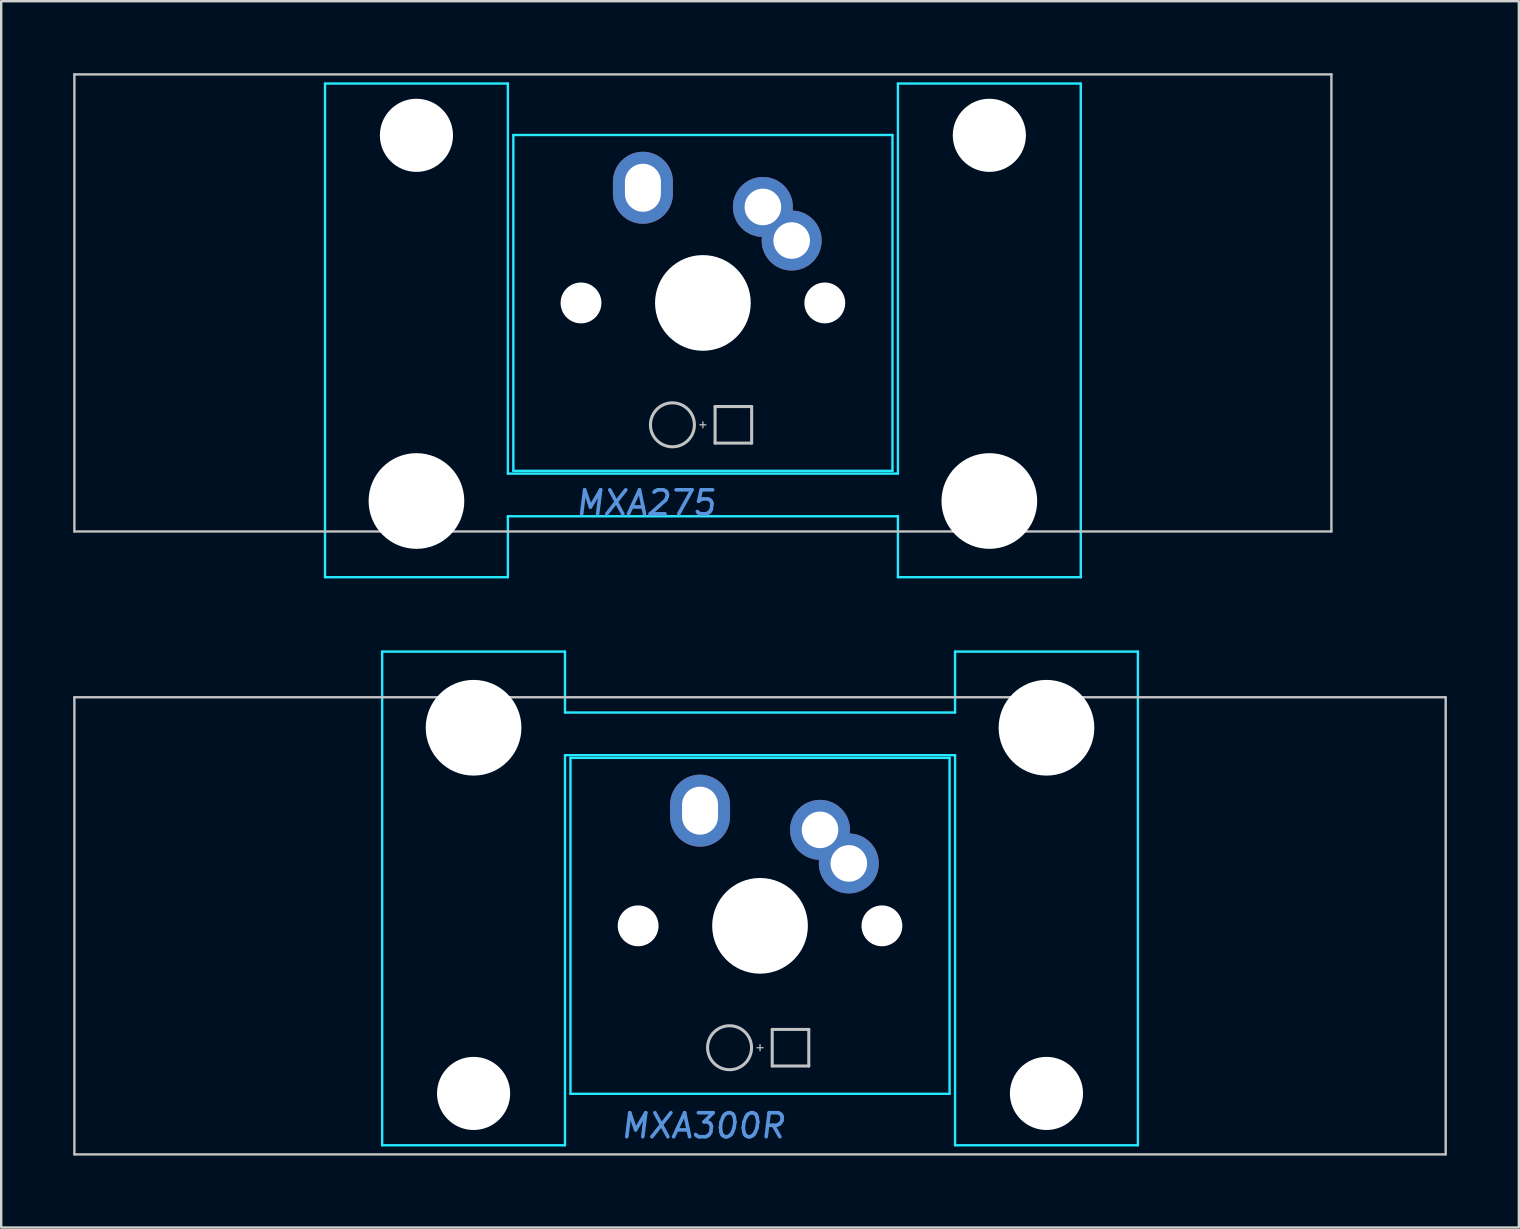
<source format=kicad_pcb>
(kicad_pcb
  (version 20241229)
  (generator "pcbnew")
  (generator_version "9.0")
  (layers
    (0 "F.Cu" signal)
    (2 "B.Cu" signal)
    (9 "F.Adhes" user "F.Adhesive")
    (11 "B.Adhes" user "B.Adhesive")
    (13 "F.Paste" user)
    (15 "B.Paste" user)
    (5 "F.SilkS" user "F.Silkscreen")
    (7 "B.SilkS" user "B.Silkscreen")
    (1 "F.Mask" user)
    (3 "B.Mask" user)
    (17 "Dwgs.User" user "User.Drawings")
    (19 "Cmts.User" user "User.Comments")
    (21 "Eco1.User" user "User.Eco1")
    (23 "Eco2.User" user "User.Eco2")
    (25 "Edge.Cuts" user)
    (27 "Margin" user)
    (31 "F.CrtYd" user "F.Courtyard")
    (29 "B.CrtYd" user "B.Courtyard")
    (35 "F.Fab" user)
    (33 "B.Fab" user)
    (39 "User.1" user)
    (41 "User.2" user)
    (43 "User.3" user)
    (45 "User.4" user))
  (footprint "MXA300R"
    (layer "F.Cu")
    (at 28.625 35.535)
    (property "Reference" "MXA300R" (at -2.381 8.334 0) (layer "Cmts.User") (effects (font (size 1 1) (thickness 0.15) (italic yes))))
    (attr through_hole)
    (fp_line (start -28.575 -9.525) (end -28.575 9.525) (stroke (width 0.1) (type solid)) (layer "Dwgs.User"))
    (fp_line (start -0.127 5.08) (end 0.127 5.08) (stroke (width 0.051) (type solid)) (layer "Dwgs.User"))
    (fp_line (start 0 4.953) (end 0 5.207) (stroke (width 0.051) (type solid)) (layer "Dwgs.User"))
    (fp_line (start 0.508 4.318) (end 0.508 5.842) (stroke (width 0.127) (type solid)) (layer "Dwgs.User"))
    (fp_line (start 0.508 4.318) (end 2.032 4.318) (stroke (width 0.127) (type solid)) (layer "Dwgs.User"))
    (fp_line (start 0.508 5.842) (end 2.032 5.842) (stroke (width 0.127) (type solid)) (layer "Dwgs.User"))
    (fp_line (start 2.032 5.842) (end 2.032 4.318) (stroke (width 0.127) (type solid)) (layer "Dwgs.User"))
    (fp_line (start 28.575 -9.525) (end -28.575 -9.525) (stroke (width 0.1) (type solid)) (layer "Dwgs.User"))
    (fp_line (start 28.575 -9.525) (end 28.575 9.525) (stroke (width 0.1) (type solid)) (layer "Dwgs.User"))
    (fp_line (start 28.575 9.525) (end -28.575 9.525) (stroke (width 0.1) (type solid)) (layer "Dwgs.User"))
    (fp_circle (center -1.27 5.08) (end -0.354 5.08) (stroke (width 0.127) (type solid)) (fill no) (layer "Dwgs.User"))
    (fp_line (start -15.748 -11.43) (end -8.128 -11.43) (stroke (width 0.1) (type solid)) (layer "B.CrtYd"))
    (fp_line (start -15.748 9.144) (end -15.748 -11.43) (stroke (width 0.1) (type solid)) (layer "B.CrtYd"))
    (fp_line (start -8.128 -11.43) (end -8.128 -8.89) (stroke (width 0.1) (type solid)) (layer "B.CrtYd"))
    (fp_line (start -8.128 9.144) (end -15.748 9.144) (stroke (width 0.1) (type solid)) (layer "B.CrtYd"))
    (fp_line (start -8.128 9.144) (end -8.128 -7.112) (stroke (width 0.1) (type solid)) (layer "B.CrtYd"))
    (fp_line (start -7.9 -7) (end 7.9 -7) (stroke (width 0.1) (type solid)) (layer "B.CrtYd"))
    (fp_line (start -7.9 7) (end -7.9 -7) (stroke (width 0.1) (type solid)) (layer "B.CrtYd"))
    (fp_line (start -7.9 7) (end 7.9 7) (stroke (width 0.1) (type solid)) (layer "B.CrtYd"))
    (fp_line (start 7.9 7) (end 7.9 -7) (stroke (width 0.1) (type solid)) (layer "B.CrtYd"))
    (fp_line (start 8.128 -11.43) (end 8.128 -8.89) (stroke (width 0.1) (type solid)) (layer "B.CrtYd"))
    (fp_line (start 8.128 -11.43) (end 15.748 -11.43) (stroke (width 0.1) (type solid)) (layer "B.CrtYd"))
    (fp_line (start 8.128 -8.89) (end -8.128 -8.89) (stroke (width 0.1) (type solid)) (layer "B.CrtYd"))
    (fp_line (start 8.128 -7.112) (end -8.128 -7.112) (stroke (width 0.1) (type solid)) (layer "B.CrtYd"))
    (fp_line (start 8.128 9.144) (end 8.128 -7.112) (stroke (width 0.1) (type solid)) (layer "B.CrtYd"))
    (fp_line (start 15.748 -11.43) (end 15.748 9.144) (stroke (width 0.1) (type solid)) (layer "B.CrtYd"))
    (fp_line (start 15.748 9.144) (end 8.128 9.144) (stroke (width 0.1) (type solid)) (layer "B.CrtYd"))
    (pad "" np_thru_hole circle (at -11.938 -8.255) (size 3.988 3.988) (drill 3.988) (layers "*.Cu" "*.Mask"))
    (pad "" np_thru_hole circle (at -11.938 6.985) (size 3.048 3.048) (drill 3.048) (layers "*.Cu" "*.Mask"))
    (pad "" np_thru_hole circle (at -5.08 0) (size 1.702 1.702) (drill 1.702) (layers "*.Cu" "*.Mask"))
    (pad "" np_thru_hole circle (at 0 0) (size 3.988 3.988) (drill 3.988) (layers "*.Cu" "*.Mask"))
    (pad "" np_thru_hole circle (at 5.08 0) (size 1.702 1.702) (drill 1.702) (layers "*.Cu" "*.Mask"))
    (pad "" np_thru_hole circle (at 11.938 -8.255) (size 3.988 3.988) (drill 3.988) (layers "*.Cu" "*.Mask"))
    (pad "" np_thru_hole circle (at 11.938 6.985) (size 3.048 3.048) (drill 3.048) (layers "*.Cu" "*.Mask"))
    (pad "1" thru_hole oval (at -2.5 -4.8) (size 2.5 3) (drill oval 1.5 2) (layers "*.Cu" "*.Mask"))
    (pad "2" thru_hole circle (at 2.5 -4) (size 2.5 2.5) (drill 1.524) (layers "*.Cu" "*.Mask"))
    (pad "2" thru_hole circle (at 3.7 -2.6) (size 2.5 2.5) (drill 1.524) (layers "*.Cu" "*.Mask")))
  (footprint "MXA275"
    (layer "F.Cu")
    (at 26.244 9.575)
    (property "Reference" "MXA275" (at -2.381 8.334 0) (layer "Cmts.User") (effects (font (size 1 1) (thickness 0.15) (italic yes))))
    (attr through_hole)
    (fp_line (start -26.194 -9.525) (end -26.194 9.525) (stroke (width 0.1) (type solid)) (layer "Dwgs.User"))
    (fp_line (start -0.127 5.08) (end 0.127 5.08) (stroke (width 0.051) (type solid)) (layer "Dwgs.User"))
    (fp_line (start 0 4.953) (end 0 5.207) (stroke (width 0.051) (type solid)) (layer "Dwgs.User"))
    (fp_line (start 0.508 4.318) (end 0.508 5.842) (stroke (width 0.127) (type solid)) (layer "Dwgs.User"))
    (fp_line (start 0.508 4.318) (end 2.032 4.318) (stroke (width 0.127) (type solid)) (layer "Dwgs.User"))
    (fp_line (start 0.508 5.842) (end 2.032 5.842) (stroke (width 0.127) (type solid)) (layer "Dwgs.User"))
    (fp_line (start 2.032 5.842) (end 2.032 4.318) (stroke (width 0.127) (type solid)) (layer "Dwgs.User"))
    (fp_line (start 26.194 -9.525) (end -26.194 -9.525) (stroke (width 0.1) (type solid)) (layer "Dwgs.User"))
    (fp_line (start 26.194 -9.525) (end 26.194 9.525) (stroke (width 0.1) (type solid)) (layer "Dwgs.User"))
    (fp_line (start 26.194 9.525) (end -26.194 9.525) (stroke (width 0.1) (type solid)) (layer "Dwgs.User"))
    (fp_circle (center -1.27 5.08) (end -0.354 5.08) (stroke (width 0.127) (type solid)) (fill no) (layer "Dwgs.User"))
    (fp_line (start -15.748 -9.144) (end -8.128 -9.144) (stroke (width 0.1) (type solid)) (layer "B.CrtYd"))
    (fp_line (start -15.748 11.43) (end -15.748 -9.144) (stroke (width 0.1) (type solid)) (layer "B.CrtYd"))
    (fp_line (start -8.128 -9.144) (end -8.128 7.112) (stroke (width 0.1) (type solid)) (layer "B.CrtYd"))
    (fp_line (start -8.128 7.112) (end 8.128 7.112) (stroke (width 0.1) (type solid)) (layer "B.CrtYd"))
    (fp_line (start -8.128 8.89) (end 8.128 8.89) (stroke (width 0.1) (type solid)) (layer "B.CrtYd"))
    (fp_line (start -8.128 11.43) (end -15.748 11.43) (stroke (width 0.1) (type solid)) (layer "B.CrtYd"))
    (fp_line (start -8.128 11.43) (end -8.128 8.89) (stroke (width 0.1) (type solid)) (layer "B.CrtYd"))
    (fp_line (start -7.9 -7) (end -7.9 7) (stroke (width 0.1) (type solid)) (layer "B.CrtYd"))
    (fp_line (start 7.9 -7) (end -7.9 -7) (stroke (width 0.1) (type solid)) (layer "B.CrtYd"))
    (fp_line (start 7.9 -7) (end 7.9 7) (stroke (width 0.1) (type solid)) (layer "B.CrtYd"))
    (fp_line (start 7.9 7) (end -7.9 7) (stroke (width 0.1) (type solid)) (layer "B.CrtYd"))
    (fp_line (start 8.128 -9.144) (end 8.128 7.112) (stroke (width 0.1) (type solid)) (layer "B.CrtYd"))
    (fp_line (start 8.128 -9.144) (end 15.748 -9.144) (stroke (width 0.1) (type solid)) (layer "B.CrtYd"))
    (fp_line (start 8.128 11.43) (end 8.128 8.89) (stroke (width 0.1) (type solid)) (layer "B.CrtYd"))
    (fp_line (start 15.748 -9.144) (end 15.748 11.43) (stroke (width 0.1) (type solid)) (layer "B.CrtYd"))
    (fp_line (start 15.748 11.43) (end 8.128 11.43) (stroke (width 0.1) (type solid)) (layer "B.CrtYd"))
    (pad "" np_thru_hole circle (at -11.938 -6.985 180) (size 3.048 3.048) (drill 3.048) (layers "*.Cu" "*.Mask"))
    (pad "" np_thru_hole circle (at -11.938 8.255 180) (size 3.988 3.988) (drill 3.988) (layers "*.Cu" "*.Mask"))
    (pad "" np_thru_hole circle (at -5.08 0) (size 1.702 1.702) (drill 1.702) (layers "*.Cu" "*.Mask"))
    (pad "" np_thru_hole circle (at 0 0) (size 3.988 3.988) (drill 3.988) (layers "*.Cu" "*.Mask"))
    (pad "" np_thru_hole circle (at 5.08 0) (size 1.702 1.702) (drill 1.702) (layers "*.Cu" "*.Mask"))
    (pad "" np_thru_hole circle (at 11.938 -6.985 180) (size 3.048 3.048) (drill 3.048) (layers "*.Cu" "*.Mask"))
    (pad "" np_thru_hole circle (at 11.938 8.255 180) (size 3.988 3.988) (drill 3.988) (layers "*.Cu" "*.Mask"))
    (pad "1" thru_hole oval (at -2.5 -4.8) (size 2.5 3) (drill oval 1.5 2) (layers "*.Cu" "*.Mask"))
    (pad "2" thru_hole circle (at 2.5 -4) (size 2.5 2.5) (drill 1.524) (layers "*.Cu" "*.Mask"))
    (pad "2" thru_hole circle (at 3.7 -2.6) (size 2.5 2.5) (drill 1.524) (layers "*.Cu" "*.Mask")))
  (gr_rect
    (start -3 -3)
    (end 60.25 48.11)
    (stroke (width 0.1) (type default))
    (fill no)
    (layer "Edge.Cuts")))
</source>
